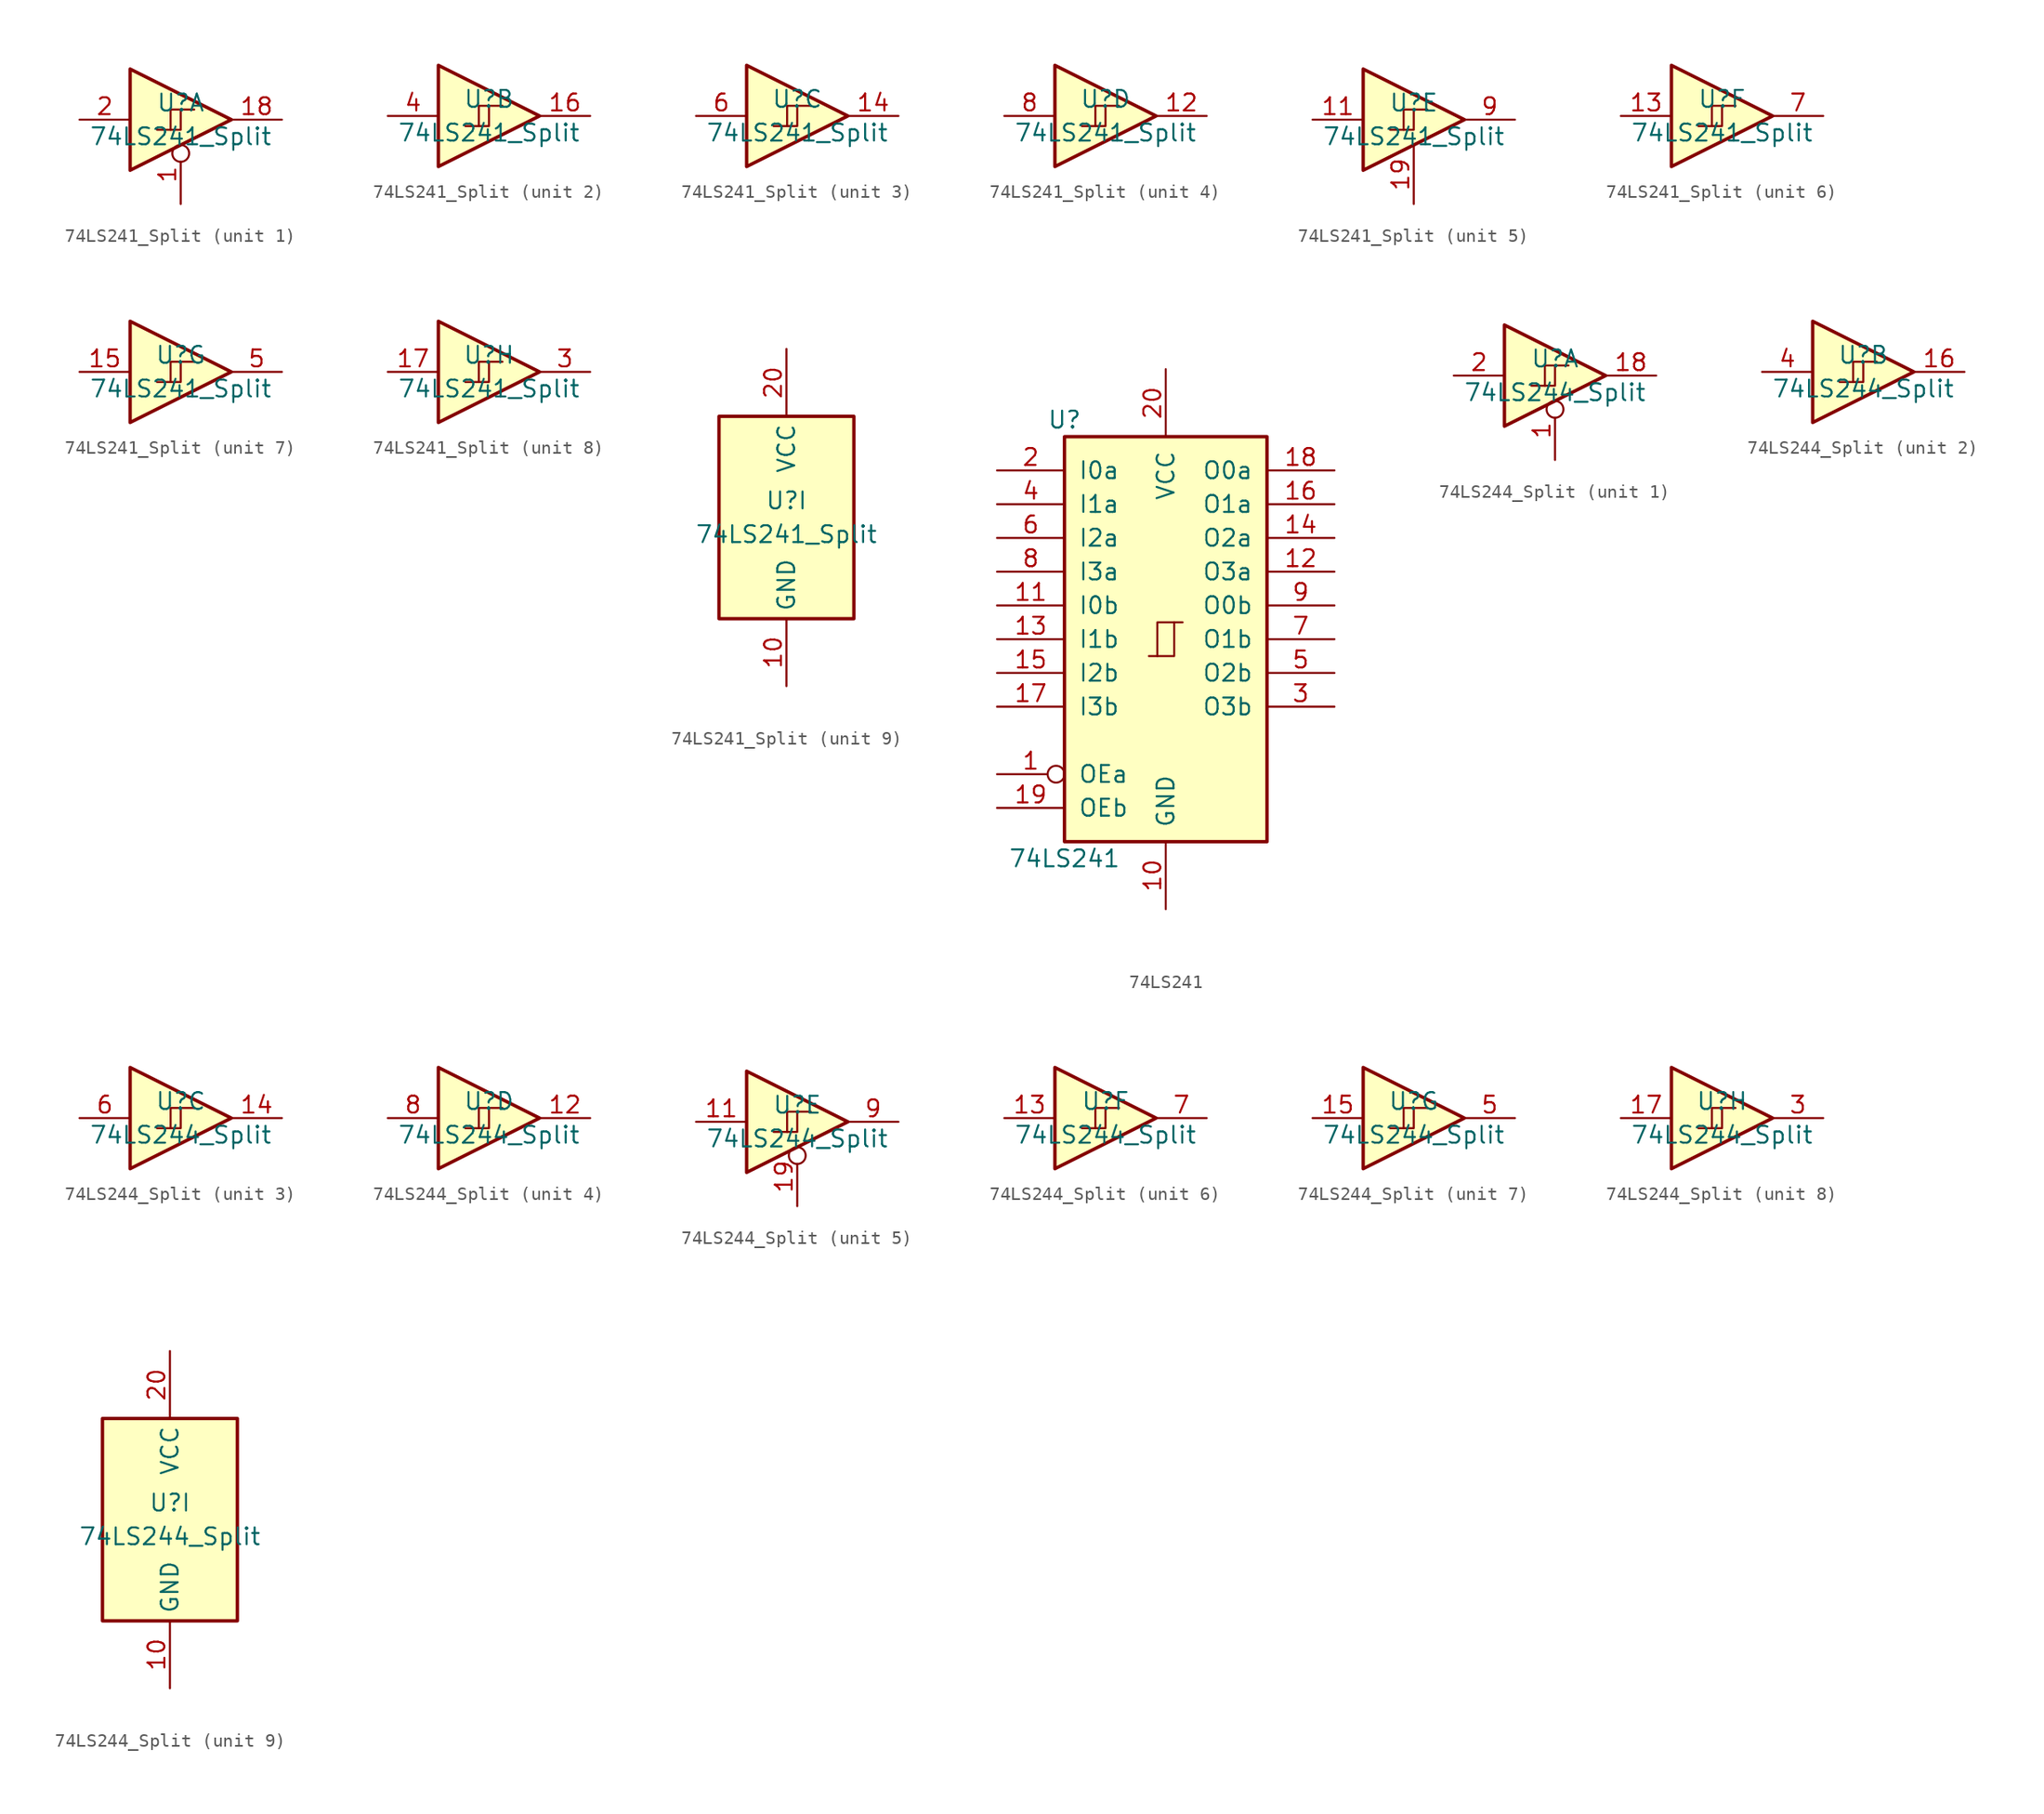
<source format=kicad_sym>
(kicad_symbol_lib
  (version 20201005)
  (generator kicad_symbol_editor)
  (symbol "74LS241_Split"
    (property "Reference" "U"
      (at 0 1.27 0)
      (effects (font (size 1.27 1.27))))
    (property "Value" "74LS241_Split"
      (at 0 -1.27 0)
      (effects (font (size 1.27 1.27))))
    (property "ki_locked" ""
      (at 0 0 0)
      (effects (font (size 1.27 1.27))))
    (symbol "74LS241_Split_1_0"
      (polyline (pts (xy -3.81 3.81) (xy -3.81 -3.81) (xy 3.81 0) (xy -3.81 3.81)) (stroke (width 0.254)) (fill (type background)))
      (pin input inverted (at 0 -6.35 90) (length 4.445) (name "~" (effects (font (size 1.27 1.27)))) (number "1" (effects (font (size 1.27 1.27)))))
      (pin tri_state line (at 7.62 0 180) (length 3.81) (name "~" (effects (font (size 1.27 1.27)))) (number "18" (effects (font (size 1.27 1.27)))))
      (pin input line (at -7.62 0 0) (length 3.81) (name "~" (effects (font (size 1.27 1.27)))) (number "2" (effects (font (size 1.27 1.27))))))
    (symbol "74LS241_Split_1_1"
      (polyline (pts (xy 0 0.762) (xy 0 -0.762) (xy -1.778 -0.762)) (stroke (width 0)) (fill (type none)))
      (polyline (pts (xy 1.016 0.762) (xy -0.762 0.762) (xy -0.762 -0.762)) (stroke (width 0)) (fill (type none))))
    (symbol "74LS241_Split_2_0"
      (polyline (pts (xy -3.81 3.81) (xy -3.81 -3.81) (xy 3.81 0) (xy -3.81 3.81)) (stroke (width 0.254)) (fill (type background)))
      (pin tri_state line (at 7.62 0 180) (length 3.81) (name "~" (effects (font (size 1.27 1.27)))) (number "16" (effects (font (size 1.27 1.27)))))
      (pin input line (at -7.62 0 0) (length 3.81) (name "~" (effects (font (size 1.27 1.27)))) (number "4" (effects (font (size 1.27 1.27))))))
    (symbol "74LS241_Split_2_1"
      (polyline (pts (xy 0 0.762) (xy 0 -0.762) (xy -1.778 -0.762)) (stroke (width 0)) (fill (type none)))
      (polyline (pts (xy 1.016 0.762) (xy -0.762 0.762) (xy -0.762 -0.762)) (stroke (width 0)) (fill (type none))))
    (symbol "74LS241_Split_3_0"
      (polyline (pts (xy -3.81 3.81) (xy -3.81 -3.81) (xy 3.81 0) (xy -3.81 3.81)) (stroke (width 0.254)) (fill (type background)))
      (pin tri_state line (at 7.62 0 180) (length 3.81) (name "~" (effects (font (size 1.27 1.27)))) (number "14" (effects (font (size 1.27 1.27)))))
      (pin input line (at -7.62 0 0) (length 3.81) (name "~" (effects (font (size 1.27 1.27)))) (number "6" (effects (font (size 1.27 1.27))))))
    (symbol "74LS241_Split_3_1"
      (polyline (pts (xy 0 0.762) (xy 0 -0.762) (xy -1.778 -0.762)) (stroke (width 0)) (fill (type none)))
      (polyline (pts (xy 1.016 0.762) (xy -0.762 0.762) (xy -0.762 -0.762)) (stroke (width 0)) (fill (type none))))
    (symbol "74LS241_Split_4_0"
      (polyline (pts (xy -3.81 3.81) (xy -3.81 -3.81) (xy 3.81 0) (xy -3.81 3.81)) (stroke (width 0.254)) (fill (type background)))
      (pin tri_state line (at 7.62 0 180) (length 3.81) (name "~" (effects (font (size 1.27 1.27)))) (number "12" (effects (font (size 1.27 1.27)))))
      (pin input line (at -7.62 0 0) (length 3.81) (name "~" (effects (font (size 1.27 1.27)))) (number "8" (effects (font (size 1.27 1.27))))))
    (symbol "74LS241_Split_4_1"
      (polyline (pts (xy 0 0.762) (xy 0 -0.762) (xy -1.778 -0.762)) (stroke (width 0)) (fill (type none)))
      (polyline (pts (xy 1.016 0.762) (xy -0.762 0.762) (xy -0.762 -0.762)) (stroke (width 0)) (fill (type none))))
    (symbol "74LS241_Split_5_0"
      (polyline (pts (xy -3.81 3.81) (xy -3.81 -3.81) (xy 3.81 0) (xy -3.81 3.81)) (stroke (width 0.254)) (fill (type background)))
      (pin input line (at -7.62 0 0) (length 3.81) (name "~" (effects (font (size 1.27 1.27)))) (number "11" (effects (font (size 1.27 1.27)))))
      (pin input line (at 0 -6.35 90) (length 4.445) (name "~" (effects (font (size 1.27 1.27)))) (number "19" (effects (font (size 1.27 1.27)))))
      (pin tri_state line (at 7.62 0 180) (length 3.81) (name "~" (effects (font (size 1.27 1.27)))) (number "9" (effects (font (size 1.27 1.27))))))
    (symbol "74LS241_Split_5_1"
      (polyline (pts (xy 0 0.762) (xy 0 -0.762) (xy -1.778 -0.762)) (stroke (width 0)) (fill (type none)))
      (polyline (pts (xy 1.016 0.762) (xy -0.762 0.762) (xy -0.762 -0.762)) (stroke (width 0)) (fill (type none))))
    (symbol "74LS241_Split_6_0"
      (polyline (pts (xy -3.81 3.81) (xy -3.81 -3.81) (xy 3.81 0) (xy -3.81 3.81)) (stroke (width 0.254)) (fill (type background)))
      (pin input line (at -7.62 0 0) (length 3.81) (name "~" (effects (font (size 1.27 1.27)))) (number "13" (effects (font (size 1.27 1.27)))))
      (pin tri_state line (at 7.62 0 180) (length 3.81) (name "~" (effects (font (size 1.27 1.27)))) (number "7" (effects (font (size 1.27 1.27))))))
    (symbol "74LS241_Split_6_1"
      (polyline (pts (xy 0 0.762) (xy 0 -0.762) (xy -1.778 -0.762)) (stroke (width 0)) (fill (type none)))
      (polyline (pts (xy 1.016 0.762) (xy -0.762 0.762) (xy -0.762 -0.762)) (stroke (width 0)) (fill (type none))))
    (symbol "74LS241_Split_7_0"
      (polyline (pts (xy -3.81 3.81) (xy -3.81 -3.81) (xy 3.81 0) (xy -3.81 3.81)) (stroke (width 0.254)) (fill (type background)))
      (pin input line (at -7.62 0 0) (length 3.81) (name "~" (effects (font (size 1.27 1.27)))) (number "15" (effects (font (size 1.27 1.27)))))
      (pin tri_state line (at 7.62 0 180) (length 3.81) (name "~" (effects (font (size 1.27 1.27)))) (number "5" (effects (font (size 1.27 1.27))))))
    (symbol "74LS241_Split_7_1"
      (polyline (pts (xy 0 0.762) (xy 0 -0.762) (xy -1.778 -0.762)) (stroke (width 0)) (fill (type none)))
      (polyline (pts (xy 1.016 0.762) (xy -0.762 0.762) (xy -0.762 -0.762)) (stroke (width 0)) (fill (type none))))
    (symbol "74LS241_Split_8_0"
      (polyline (pts (xy -3.81 3.81) (xy -3.81 -3.81) (xy 3.81 0) (xy -3.81 3.81)) (stroke (width 0.254)) (fill (type background)))
      (pin input line (at -7.62 0 0) (length 3.81) (name "~" (effects (font (size 1.27 1.27)))) (number "17" (effects (font (size 1.27 1.27)))))
      (pin tri_state line (at 7.62 0 180) (length 3.81) (name "~" (effects (font (size 1.27 1.27)))) (number "3" (effects (font (size 1.27 1.27))))))
    (symbol "74LS241_Split_8_1"
      (polyline (pts (xy 0 0.762) (xy 0 -0.762) (xy -1.778 -0.762)) (stroke (width 0)) (fill (type none)))
      (polyline (pts (xy 1.016 0.762) (xy -0.762 0.762) (xy -0.762 -0.762)) (stroke (width 0)) (fill (type none))))
    (symbol "74LS241_Split_9_0"
      (pin power_in line (at 0 -12.7 90) (length 5.08) (name "GND" (effects (font (size 1.27 1.27)))) (number "10" (effects (font (size 1.27 1.27)))))
      (pin power_in line (at 0 12.7 270) (length 5.08) (name "VCC" (effects (font (size 1.27 1.27)))) (number "20" (effects (font (size 1.27 1.27))))))
    (symbol "74LS241_Split_9_1"
      (rectangle (start -5.08 7.62) (end 5.08 -7.62) (stroke (width 0.254)) (fill (type background)))))
  (symbol "74LS241"
    (pin_names
      (offset 1.016))
    (property "Reference" "U"
      (at -7.62 16.51 0)
      (effects (font (size 1.27 1.27))))
    (property "Value" "74LS241"
      (at -7.62 -16.51 0)
      (effects (font (size 1.27 1.27))))
    (symbol "74LS241_1_0"
      (polyline (pts (xy -0.635 -1.27) (xy -0.635 1.27) (xy 0.635 1.27)) (stroke (width 0)) (fill (type none)))
      (polyline (pts (xy -1.27 -1.27) (xy 0.635 -1.27) (xy 0.635 1.27) (xy 1.27 1.27)) (stroke (width 0)) (fill (type none)))
      (pin input inverted (at -12.7 -10.16 0) (length 5.08) (name "OEa" (effects (font (size 1.27 1.27)))) (number "1" (effects (font (size 1.27 1.27)))))
      (pin power_in line (at 0 -20.32 90) (length 5.08) (name "GND" (effects (font (size 1.27 1.27)))) (number "10" (effects (font (size 1.27 1.27)))))
      (pin input line (at -12.7 2.54 0) (length 5.08) (name "I0b" (effects (font (size 1.27 1.27)))) (number "11" (effects (font (size 1.27 1.27)))))
      (pin tri_state line (at 12.7 5.08 180) (length 5.08) (name "O3a" (effects (font (size 1.27 1.27)))) (number "12" (effects (font (size 1.27 1.27)))))
      (pin input line (at -12.7 0 0) (length 5.08) (name "I1b" (effects (font (size 1.27 1.27)))) (number "13" (effects (font (size 1.27 1.27)))))
      (pin tri_state line (at 12.7 7.62 180) (length 5.08) (name "O2a" (effects (font (size 1.27 1.27)))) (number "14" (effects (font (size 1.27 1.27)))))
      (pin input line (at -12.7 -2.54 0) (length 5.08) (name "I2b" (effects (font (size 1.27 1.27)))) (number "15" (effects (font (size 1.27 1.27)))))
      (pin tri_state line (at 12.7 10.16 180) (length 5.08) (name "O1a" (effects (font (size 1.27 1.27)))) (number "16" (effects (font (size 1.27 1.27)))))
      (pin input line (at -12.7 -5.08 0) (length 5.08) (name "I3b" (effects (font (size 1.27 1.27)))) (number "17" (effects (font (size 1.27 1.27)))))
      (pin tri_state line (at 12.7 12.7 180) (length 5.08) (name "O0a" (effects (font (size 1.27 1.27)))) (number "18" (effects (font (size 1.27 1.27)))))
      (pin input line (at -12.7 -12.7 0) (length 5.08) (name "OEb" (effects (font (size 1.27 1.27)))) (number "19" (effects (font (size 1.27 1.27)))))
      (pin input line (at -12.7 12.7 0) (length 5.08) (name "I0a" (effects (font (size 1.27 1.27)))) (number "2" (effects (font (size 1.27 1.27)))))
      (pin power_in line (at 0 20.32 270) (length 5.08) (name "VCC" (effects (font (size 1.27 1.27)))) (number "20" (effects (font (size 1.27 1.27)))))
      (pin tri_state line (at 12.7 -5.08 180) (length 5.08) (name "O3b" (effects (font (size 1.27 1.27)))) (number "3" (effects (font (size 1.27 1.27)))))
      (pin input line (at -12.7 10.16 0) (length 5.08) (name "I1a" (effects (font (size 1.27 1.27)))) (number "4" (effects (font (size 1.27 1.27)))))
      (pin tri_state line (at 12.7 -2.54 180) (length 5.08) (name "O2b" (effects (font (size 1.27 1.27)))) (number "5" (effects (font (size 1.27 1.27)))))
      (pin input line (at -12.7 7.62 0) (length 5.08) (name "I2a" (effects (font (size 1.27 1.27)))) (number "6" (effects (font (size 1.27 1.27)))))
      (pin tri_state line (at 12.7 0 180) (length 5.08) (name "O1b" (effects (font (size 1.27 1.27)))) (number "7" (effects (font (size 1.27 1.27)))))
      (pin input line (at -12.7 5.08 0) (length 5.08) (name "I3a" (effects (font (size 1.27 1.27)))) (number "8" (effects (font (size 1.27 1.27)))))
      (pin tri_state line (at 12.7 2.54 180) (length 5.08) (name "O0b" (effects (font (size 1.27 1.27)))) (number "9" (effects (font (size 1.27 1.27))))))
    (symbol "74LS241_1_1"
      (rectangle (start -7.62 15.24) (end 7.62 -15.24) (stroke (width 0.254)) (fill (type background)))))
  (symbol "74LS244_Split"
    (property "Reference" "U"
      (at 0 1.27 0)
      (effects (font (size 1.27 1.27))))
    (property "Value" "74LS244_Split"
      (at 0 -1.27 0)
      (effects (font (size 1.27 1.27))))
    (property "ki_locked" ""
      (at 0 0 0)
      (effects (font (size 1.27 1.27))))
    (symbol "74LS244_Split_1_0"
      (polyline (pts (xy -3.81 3.81) (xy -3.81 -3.81) (xy 3.81 0) (xy -3.81 3.81)) (stroke (width 0.254)) (fill (type background)))
      (pin input inverted (at 0 -6.35 90) (length 4.445) (name "~" (effects (font (size 1.27 1.27)))) (number "1" (effects (font (size 1.27 1.27)))))
      (pin tri_state line (at 7.62 0 180) (length 3.81) (name "~" (effects (font (size 1.27 1.27)))) (number "18" (effects (font (size 1.27 1.27)))))
      (pin input line (at -7.62 0 0) (length 3.81) (name "~" (effects (font (size 1.27 1.27)))) (number "2" (effects (font (size 1.27 1.27))))))
    (symbol "74LS244_Split_1_1"
      (polyline (pts (xy 0 0.762) (xy 0 -0.762) (xy -1.778 -0.762)) (stroke (width 0)) (fill (type none)))
      (polyline (pts (xy 1.016 0.762) (xy -0.762 0.762) (xy -0.762 -0.762)) (stroke (width 0)) (fill (type none))))
    (symbol "74LS244_Split_2_0"
      (polyline (pts (xy -3.81 3.81) (xy -3.81 -3.81) (xy 3.81 0) (xy -3.81 3.81)) (stroke (width 0.254)) (fill (type background)))
      (pin tri_state line (at 7.62 0 180) (length 3.81) (name "~" (effects (font (size 1.27 1.27)))) (number "16" (effects (font (size 1.27 1.27)))))
      (pin input line (at -7.62 0 0) (length 3.81) (name "~" (effects (font (size 1.27 1.27)))) (number "4" (effects (font (size 1.27 1.27))))))
    (symbol "74LS244_Split_2_1"
      (polyline (pts (xy 0 0.762) (xy 0 -0.762) (xy -1.778 -0.762)) (stroke (width 0)) (fill (type none)))
      (polyline (pts (xy 1.016 0.762) (xy -0.762 0.762) (xy -0.762 -0.762)) (stroke (width 0)) (fill (type none))))
    (symbol "74LS244_Split_3_0"
      (polyline (pts (xy -3.81 3.81) (xy -3.81 -3.81) (xy 3.81 0) (xy -3.81 3.81)) (stroke (width 0.254)) (fill (type background)))
      (pin tri_state line (at 7.62 0 180) (length 3.81) (name "~" (effects (font (size 1.27 1.27)))) (number "14" (effects (font (size 1.27 1.27)))))
      (pin input line (at -7.62 0 0) (length 3.81) (name "~" (effects (font (size 1.27 1.27)))) (number "6" (effects (font (size 1.27 1.27))))))
    (symbol "74LS244_Split_3_1"
      (polyline (pts (xy 0 0.762) (xy 0 -0.762) (xy -1.778 -0.762)) (stroke (width 0)) (fill (type none)))
      (polyline (pts (xy 1.016 0.762) (xy -0.762 0.762) (xy -0.762 -0.762)) (stroke (width 0)) (fill (type none))))
    (symbol "74LS244_Split_4_0"
      (polyline (pts (xy -3.81 3.81) (xy -3.81 -3.81) (xy 3.81 0) (xy -3.81 3.81)) (stroke (width 0.254)) (fill (type background)))
      (pin tri_state line (at 7.62 0 180) (length 3.81) (name "~" (effects (font (size 1.27 1.27)))) (number "12" (effects (font (size 1.27 1.27)))))
      (pin input line (at -7.62 0 0) (length 3.81) (name "~" (effects (font (size 1.27 1.27)))) (number "8" (effects (font (size 1.27 1.27))))))
    (symbol "74LS244_Split_4_1"
      (polyline (pts (xy 0 0.762) (xy 0 -0.762) (xy -1.778 -0.762)) (stroke (width 0)) (fill (type none)))
      (polyline (pts (xy 1.016 0.762) (xy -0.762 0.762) (xy -0.762 -0.762)) (stroke (width 0)) (fill (type none))))
    (symbol "74LS244_Split_5_0"
      (polyline (pts (xy -3.81 3.81) (xy -3.81 -3.81) (xy 3.81 0) (xy -3.81 3.81)) (stroke (width 0.254)) (fill (type background)))
      (pin input line (at -7.62 0 0) (length 3.81) (name "~" (effects (font (size 1.27 1.27)))) (number "11" (effects (font (size 1.27 1.27)))))
      (pin input inverted (at 0 -6.35 90) (length 4.445) (name "~" (effects (font (size 1.27 1.27)))) (number "19" (effects (font (size 1.27 1.27)))))
      (pin tri_state line (at 7.62 0 180) (length 3.81) (name "~" (effects (font (size 1.27 1.27)))) (number "9" (effects (font (size 1.27 1.27))))))
    (symbol "74LS244_Split_5_1"
      (polyline (pts (xy 0 0.762) (xy 0 -0.762) (xy -1.778 -0.762)) (stroke (width 0)) (fill (type none)))
      (polyline (pts (xy 1.016 0.762) (xy -0.762 0.762) (xy -0.762 -0.762)) (stroke (width 0)) (fill (type none))))
    (symbol "74LS244_Split_6_0"
      (polyline (pts (xy -3.81 3.81) (xy -3.81 -3.81) (xy 3.81 0) (xy -3.81 3.81)) (stroke (width 0.254)) (fill (type background)))
      (pin input line (at -7.62 0 0) (length 3.81) (name "~" (effects (font (size 1.27 1.27)))) (number "13" (effects (font (size 1.27 1.27)))))
      (pin tri_state line (at 7.62 0 180) (length 3.81) (name "~" (effects (font (size 1.27 1.27)))) (number "7" (effects (font (size 1.27 1.27))))))
    (symbol "74LS244_Split_6_1"
      (polyline (pts (xy 0 0.762) (xy 0 -0.762) (xy -1.778 -0.762)) (stroke (width 0)) (fill (type none)))
      (polyline (pts (xy 1.016 0.762) (xy -0.762 0.762) (xy -0.762 -0.762)) (stroke (width 0)) (fill (type none))))
    (symbol "74LS244_Split_7_0"
      (polyline (pts (xy -3.81 3.81) (xy -3.81 -3.81) (xy 3.81 0) (xy -3.81 3.81)) (stroke (width 0.254)) (fill (type background)))
      (pin input line (at -7.62 0 0) (length 3.81) (name "~" (effects (font (size 1.27 1.27)))) (number "15" (effects (font (size 1.27 1.27)))))
      (pin tri_state line (at 7.62 0 180) (length 3.81) (name "~" (effects (font (size 1.27 1.27)))) (number "5" (effects (font (size 1.27 1.27))))))
    (symbol "74LS244_Split_7_1"
      (polyline (pts (xy 0 0.762) (xy 0 -0.762) (xy -1.778 -0.762)) (stroke (width 0)) (fill (type none)))
      (polyline (pts (xy 1.016 0.762) (xy -0.762 0.762) (xy -0.762 -0.762)) (stroke (width 0)) (fill (type none))))
    (symbol "74LS244_Split_8_0"
      (polyline (pts (xy -3.81 3.81) (xy -3.81 -3.81) (xy 3.81 0) (xy -3.81 3.81)) (stroke (width 0.254)) (fill (type background)))
      (pin input line (at -7.62 0 0) (length 3.81) (name "~" (effects (font (size 1.27 1.27)))) (number "17" (effects (font (size 1.27 1.27)))))
      (pin tri_state line (at 7.62 0 180) (length 3.81) (name "~" (effects (font (size 1.27 1.27)))) (number "3" (effects (font (size 1.27 1.27))))))
    (symbol "74LS244_Split_8_1"
      (polyline (pts (xy 0 0.762) (xy 0 -0.762) (xy -1.778 -0.762)) (stroke (width 0)) (fill (type none)))
      (polyline (pts (xy 1.016 0.762) (xy -0.762 0.762) (xy -0.762 -0.762)) (stroke (width 0)) (fill (type none))))
    (symbol "74LS244_Split_9_0"
      (pin power_in line (at 0 -12.7 90) (length 5.08) (name "GND" (effects (font (size 1.27 1.27)))) (number "10" (effects (font (size 1.27 1.27)))))
      (pin power_in line (at 0 12.7 270) (length 5.08) (name "VCC" (effects (font (size 1.27 1.27)))) (number "20" (effects (font (size 1.27 1.27))))))
    (symbol "74LS244_Split_9_1"
      (rectangle (start -5.08 7.62) (end 5.08 -7.62) (stroke (width 0.254)) (fill (type background))))))
</source>
